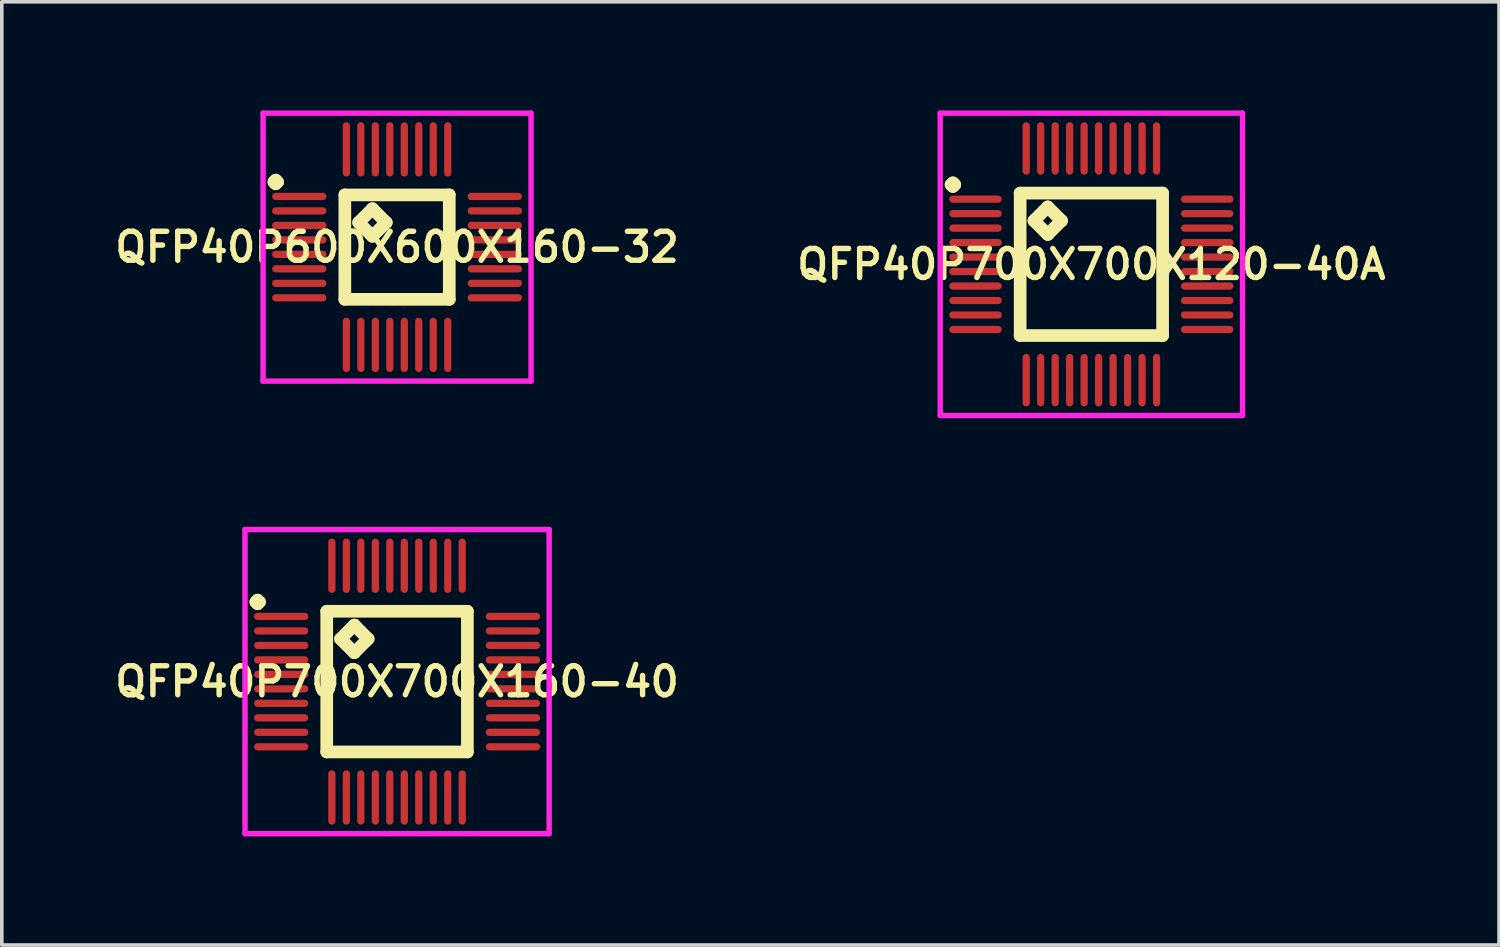
<source format=kicad_pcb>
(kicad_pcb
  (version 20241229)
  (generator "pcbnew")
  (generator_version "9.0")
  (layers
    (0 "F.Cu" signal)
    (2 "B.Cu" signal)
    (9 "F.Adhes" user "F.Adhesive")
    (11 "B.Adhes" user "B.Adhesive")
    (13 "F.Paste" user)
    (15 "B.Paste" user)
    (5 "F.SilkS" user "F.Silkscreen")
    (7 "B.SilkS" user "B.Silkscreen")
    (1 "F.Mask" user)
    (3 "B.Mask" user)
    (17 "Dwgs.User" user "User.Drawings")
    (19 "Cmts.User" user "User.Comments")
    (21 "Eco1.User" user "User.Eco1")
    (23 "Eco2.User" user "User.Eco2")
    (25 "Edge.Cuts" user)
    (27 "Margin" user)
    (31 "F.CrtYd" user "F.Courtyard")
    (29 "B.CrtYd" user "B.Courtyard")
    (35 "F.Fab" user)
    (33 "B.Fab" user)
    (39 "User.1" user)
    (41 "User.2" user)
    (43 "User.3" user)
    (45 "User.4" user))
  (footprint "QFP40P700X700X160-40"
    (layer "F.Cu")
    (at 7.916 15.775)
    (property "Reference" "QFP40P700X700X160-40" (at 0 0 0) (layer "F.SilkS") (effects (font (size 0.8 0.8) (thickness 0.15))))
    (attr smd)
    (fp_line (start -3.9 -2.2) (end -3.85 -2.25) (stroke (width 0.35) (type solid)) (layer "F.SilkS"))
    (fp_line (start -3.85 -2.25) (end -3.8 -2.2) (stroke (width 0.35) (type solid)) (layer "F.SilkS"))
    (fp_line (start -3.85 -2.15) (end -3.9 -2.2) (stroke (width 0.35) (type solid)) (layer "F.SilkS"))
    (fp_line (start -3.8 -2.2) (end -3.85 -2.15) (stroke (width 0.35) (type solid)) (layer "F.SilkS"))
    (fp_line (start -1.942 -1.942) (end -1.942 1.942) (stroke (width 0.35) (type solid)) (layer "F.SilkS"))
    (fp_line (start -1.942 1.942) (end 1.942 1.942) (stroke (width 0.35) (type solid)) (layer "F.SilkS"))
    (fp_line (start -1.561 -1.18) (end -1.18 -1.561) (stroke (width 0.35) (type solid)) (layer "F.SilkS"))
    (fp_line (start -1.18 -1.561) (end -0.799 -1.18) (stroke (width 0.35) (type solid)) (layer "F.SilkS"))
    (fp_line (start -1.18 -0.799) (end -1.561 -1.18) (stroke (width 0.35) (type solid)) (layer "F.SilkS"))
    (fp_line (start -0.799 -1.18) (end -1.18 -0.799) (stroke (width 0.35) (type solid)) (layer "F.SilkS"))
    (fp_line (start 1.942 -1.942) (end -1.942 -1.942) (stroke (width 0.35) (type solid)) (layer "F.SilkS"))
    (fp_line (start 1.942 1.942) (end 1.942 -1.942) (stroke (width 0.35) (type solid)) (layer "F.SilkS"))
    (fp_line (start -4.2 -4.2) (end 4.2 -4.2) (stroke (width 0.15) (type solid)) (layer "F.CrtYd"))
    (fp_line (start -4.2 4.2) (end -4.2 -4.2) (stroke (width 0.15) (type solid)) (layer "F.CrtYd"))
    (fp_line (start 4.2 -4.2) (end 4.2 4.2) (stroke (width 0.15) (type solid)) (layer "F.CrtYd"))
    (fp_line (start 4.2 4.2) (end -4.2 4.2) (stroke (width 0.15) (type solid)) (layer "F.CrtYd"))
    (pad "1" smd oval (at -3.2 -1.8) (size 1.5 0.2) (layers "F.Cu" "F.Mask" "F.Paste"))
    (pad "2" smd oval (at -3.2 -1.4) (size 1.5 0.2) (layers "F.Cu" "F.Mask" "F.Paste"))
    (pad "3" smd oval (at -3.2 -1) (size 1.5 0.2) (layers "F.Cu" "F.Mask" "F.Paste"))
    (pad "4" smd oval (at -3.2 -0.6) (size 1.5 0.2) (layers "F.Cu" "F.Mask" "F.Paste"))
    (pad "5" smd oval (at -3.2 -0.2) (size 1.5 0.2) (layers "F.Cu" "F.Mask" "F.Paste"))
    (pad "6" smd oval (at -3.2 0.2) (size 1.5 0.2) (layers "F.Cu" "F.Mask" "F.Paste"))
    (pad "7" smd oval (at -3.2 0.6) (size 1.5 0.2) (layers "F.Cu" "F.Mask" "F.Paste"))
    (pad "8" smd oval (at -3.2 1) (size 1.5 0.2) (layers "F.Cu" "F.Mask" "F.Paste"))
    (pad "9" smd oval (at -3.2 1.4) (size 1.5 0.2) (layers "F.Cu" "F.Mask" "F.Paste"))
    (pad "10" smd oval (at -3.2 1.8) (size 1.5 0.2) (layers "F.Cu" "F.Mask" "F.Paste"))
    (pad "11" smd oval (at -1.8 3.2) (size 0.2 1.5) (layers "F.Cu" "F.Mask" "F.Paste"))
    (pad "12" smd oval (at -1.4 3.2) (size 0.2 1.5) (layers "F.Cu" "F.Mask" "F.Paste"))
    (pad "13" smd oval (at -1 3.2) (size 0.2 1.5) (layers "F.Cu" "F.Mask" "F.Paste"))
    (pad "14" smd oval (at -0.6 3.2) (size 0.2 1.5) (layers "F.Cu" "F.Mask" "F.Paste"))
    (pad "15" smd oval (at -0.2 3.2) (size 0.2 1.5) (layers "F.Cu" "F.Mask" "F.Paste"))
    (pad "16" smd oval (at 0.2 3.2) (size 0.2 1.5) (layers "F.Cu" "F.Mask" "F.Paste"))
    (pad "17" smd oval (at 0.6 3.2) (size 0.2 1.5) (layers "F.Cu" "F.Mask" "F.Paste"))
    (pad "18" smd oval (at 1 3.2) (size 0.2 1.5) (layers "F.Cu" "F.Mask" "F.Paste"))
    (pad "19" smd oval (at 1.4 3.2) (size 0.2 1.5) (layers "F.Cu" "F.Mask" "F.Paste"))
    (pad "20" smd oval (at 1.8 3.2) (size 0.2 1.5) (layers "F.Cu" "F.Mask" "F.Paste"))
    (pad "21" smd oval (at 3.2 1.8) (size 1.5 0.2) (layers "F.Cu" "F.Mask" "F.Paste"))
    (pad "22" smd oval (at 3.2 1.4) (size 1.5 0.2) (layers "F.Cu" "F.Mask" "F.Paste"))
    (pad "23" smd oval (at 3.2 1) (size 1.5 0.2) (layers "F.Cu" "F.Mask" "F.Paste"))
    (pad "24" smd oval (at 3.2 0.6) (size 1.5 0.2) (layers "F.Cu" "F.Mask" "F.Paste"))
    (pad "25" smd oval (at 3.2 0.2) (size 1.5 0.2) (layers "F.Cu" "F.Mask" "F.Paste"))
    (pad "26" smd oval (at 3.2 -0.2) (size 1.5 0.2) (layers "F.Cu" "F.Mask" "F.Paste"))
    (pad "27" smd oval (at 3.2 -0.6) (size 1.5 0.2) (layers "F.Cu" "F.Mask" "F.Paste"))
    (pad "28" smd oval (at 3.2 -1) (size 1.5 0.2) (layers "F.Cu" "F.Mask" "F.Paste"))
    (pad "29" smd oval (at 3.2 -1.4) (size 1.5 0.2) (layers "F.Cu" "F.Mask" "F.Paste"))
    (pad "30" smd oval (at 3.2 -1.8) (size 1.5 0.2) (layers "F.Cu" "F.Mask" "F.Paste"))
    (pad "31" smd oval (at 1.8 -3.2) (size 0.2 1.5) (layers "F.Cu" "F.Mask" "F.Paste"))
    (pad "32" smd oval (at 1.4 -3.2) (size 0.2 1.5) (layers "F.Cu" "F.Mask" "F.Paste"))
    (pad "33" smd oval (at 1 -3.2) (size 0.2 1.5) (layers "F.Cu" "F.Mask" "F.Paste"))
    (pad "34" smd oval (at 0.6 -3.2) (size 0.2 1.5) (layers "F.Cu" "F.Mask" "F.Paste"))
    (pad "35" smd oval (at 0.2 -3.2) (size 0.2 1.5) (layers "F.Cu" "F.Mask" "F.Paste"))
    (pad "36" smd oval (at -0.2 -3.2) (size 0.2 1.5) (layers "F.Cu" "F.Mask" "F.Paste"))
    (pad "37" smd oval (at -0.6 -3.2) (size 0.2 1.5) (layers "F.Cu" "F.Mask" "F.Paste"))
    (pad "38" smd oval (at -1 -3.2) (size 0.2 1.5) (layers "F.Cu" "F.Mask" "F.Paste"))
    (pad "39" smd oval (at -1.4 -3.2) (size 0.2 1.5) (layers "F.Cu" "F.Mask" "F.Paste"))
    (pad "40" smd oval (at -1.8 -3.2) (size 0.2 1.5) (layers "F.Cu" "F.Mask" "F.Paste")))
  (footprint "QFP40P700X700X120-40A"
    (layer "F.Cu")
    (at 27.092 4.25)
    (property "Reference" "QFP40P700X700X120-40A" (at 0 0 0) (layer "F.SilkS") (effects (font (size 0.8 0.8) (thickness 0.15))))
    (attr smd)
    (fp_line (start -3.875 -2.2) (end -3.825 -2.25) (stroke (width 0.35) (type solid)) (layer "F.SilkS"))
    (fp_line (start -3.825 -2.25) (end -3.775 -2.2) (stroke (width 0.35) (type solid)) (layer "F.SilkS"))
    (fp_line (start -3.825 -2.15) (end -3.875 -2.2) (stroke (width 0.35) (type solid)) (layer "F.SilkS"))
    (fp_line (start -3.775 -2.2) (end -3.825 -2.15) (stroke (width 0.35) (type solid)) (layer "F.SilkS"))
    (fp_line (start -1.967 -1.967) (end -1.967 1.967) (stroke (width 0.35) (type solid)) (layer "F.SilkS"))
    (fp_line (start -1.967 1.967) (end 1.967 1.967) (stroke (width 0.35) (type solid)) (layer "F.SilkS"))
    (fp_line (start -1.586 -1.205) (end -1.205 -1.586) (stroke (width 0.35) (type solid)) (layer "F.SilkS"))
    (fp_line (start -1.205 -1.586) (end -0.824 -1.205) (stroke (width 0.35) (type solid)) (layer "F.SilkS"))
    (fp_line (start -1.205 -0.824) (end -1.586 -1.205) (stroke (width 0.35) (type solid)) (layer "F.SilkS"))
    (fp_line (start -0.824 -1.205) (end -1.205 -0.824) (stroke (width 0.35) (type solid)) (layer "F.SilkS"))
    (fp_line (start 1.967 -1.967) (end -1.967 -1.967) (stroke (width 0.35) (type solid)) (layer "F.SilkS"))
    (fp_line (start 1.967 1.967) (end 1.967 -1.967) (stroke (width 0.35) (type solid)) (layer "F.SilkS"))
    (fp_line (start -4.175 -4.175) (end 4.175 -4.175) (stroke (width 0.15) (type solid)) (layer "F.CrtYd"))
    (fp_line (start -4.175 4.175) (end -4.175 -4.175) (stroke (width 0.15) (type solid)) (layer "F.CrtYd"))
    (fp_line (start 4.175 -4.175) (end 4.175 4.175) (stroke (width 0.15) (type solid)) (layer "F.CrtYd"))
    (fp_line (start 4.175 4.175) (end -4.175 4.175) (stroke (width 0.15) (type solid)) (layer "F.CrtYd"))
    (pad "1" smd oval (at -3.2 -1.8) (size 1.45 0.2) (layers "F.Cu" "F.Mask" "F.Paste"))
    (pad "2" smd oval (at -3.2 -1.4) (size 1.45 0.2) (layers "F.Cu" "F.Mask" "F.Paste"))
    (pad "3" smd oval (at -3.2 -1) (size 1.45 0.2) (layers "F.Cu" "F.Mask" "F.Paste"))
    (pad "4" smd oval (at -3.2 -0.6) (size 1.45 0.2) (layers "F.Cu" "F.Mask" "F.Paste"))
    (pad "5" smd oval (at -3.2 -0.2) (size 1.45 0.2) (layers "F.Cu" "F.Mask" "F.Paste"))
    (pad "6" smd oval (at -3.2 0.2) (size 1.45 0.2) (layers "F.Cu" "F.Mask" "F.Paste"))
    (pad "7" smd oval (at -3.2 0.6) (size 1.45 0.2) (layers "F.Cu" "F.Mask" "F.Paste"))
    (pad "8" smd oval (at -3.2 1) (size 1.45 0.2) (layers "F.Cu" "F.Mask" "F.Paste"))
    (pad "9" smd oval (at -3.2 1.4) (size 1.45 0.2) (layers "F.Cu" "F.Mask" "F.Paste"))
    (pad "10" smd oval (at -3.2 1.8) (size 1.45 0.2) (layers "F.Cu" "F.Mask" "F.Paste"))
    (pad "11" smd oval (at -1.8 3.2) (size 0.2 1.45) (layers "F.Cu" "F.Mask" "F.Paste"))
    (pad "12" smd oval (at -1.4 3.2) (size 0.2 1.45) (layers "F.Cu" "F.Mask" "F.Paste"))
    (pad "13" smd oval (at -1 3.2) (size 0.2 1.45) (layers "F.Cu" "F.Mask" "F.Paste"))
    (pad "14" smd oval (at -0.6 3.2) (size 0.2 1.45) (layers "F.Cu" "F.Mask" "F.Paste"))
    (pad "15" smd oval (at -0.2 3.2) (size 0.2 1.45) (layers "F.Cu" "F.Mask" "F.Paste"))
    (pad "16" smd oval (at 0.2 3.2) (size 0.2 1.45) (layers "F.Cu" "F.Mask" "F.Paste"))
    (pad "17" smd oval (at 0.6 3.2) (size 0.2 1.45) (layers "F.Cu" "F.Mask" "F.Paste"))
    (pad "18" smd oval (at 1 3.2) (size 0.2 1.45) (layers "F.Cu" "F.Mask" "F.Paste"))
    (pad "19" smd oval (at 1.4 3.2) (size 0.2 1.45) (layers "F.Cu" "F.Mask" "F.Paste"))
    (pad "20" smd oval (at 1.8 3.2) (size 0.2 1.45) (layers "F.Cu" "F.Mask" "F.Paste"))
    (pad "21" smd oval (at 3.2 1.8) (size 1.45 0.2) (layers "F.Cu" "F.Mask" "F.Paste"))
    (pad "22" smd oval (at 3.2 1.4) (size 1.45 0.2) (layers "F.Cu" "F.Mask" "F.Paste"))
    (pad "23" smd oval (at 3.2 1) (size 1.45 0.2) (layers "F.Cu" "F.Mask" "F.Paste"))
    (pad "24" smd oval (at 3.2 0.6) (size 1.45 0.2) (layers "F.Cu" "F.Mask" "F.Paste"))
    (pad "25" smd oval (at 3.2 0.2) (size 1.45 0.2) (layers "F.Cu" "F.Mask" "F.Paste"))
    (pad "26" smd oval (at 3.2 -0.2) (size 1.45 0.2) (layers "F.Cu" "F.Mask" "F.Paste"))
    (pad "27" smd oval (at 3.2 -0.6) (size 1.45 0.2) (layers "F.Cu" "F.Mask" "F.Paste"))
    (pad "28" smd oval (at 3.2 -1) (size 1.45 0.2) (layers "F.Cu" "F.Mask" "F.Paste"))
    (pad "29" smd oval (at 3.2 -1.4) (size 1.45 0.2) (layers "F.Cu" "F.Mask" "F.Paste"))
    (pad "30" smd oval (at 3.2 -1.8) (size 1.45 0.2) (layers "F.Cu" "F.Mask" "F.Paste"))
    (pad "31" smd oval (at 1.8 -3.2) (size 0.2 1.45) (layers "F.Cu" "F.Mask" "F.Paste"))
    (pad "32" smd oval (at 1.4 -3.2) (size 0.2 1.45) (layers "F.Cu" "F.Mask" "F.Paste"))
    (pad "33" smd oval (at 1 -3.2) (size 0.2 1.45) (layers "F.Cu" "F.Mask" "F.Paste"))
    (pad "34" smd oval (at 0.6 -3.2) (size 0.2 1.45) (layers "F.Cu" "F.Mask" "F.Paste"))
    (pad "35" smd oval (at 0.2 -3.2) (size 0.2 1.45) (layers "F.Cu" "F.Mask" "F.Paste"))
    (pad "36" smd oval (at -0.2 -3.2) (size 0.2 1.45) (layers "F.Cu" "F.Mask" "F.Paste"))
    (pad "37" smd oval (at -0.6 -3.2) (size 0.2 1.45) (layers "F.Cu" "F.Mask" "F.Paste"))
    (pad "38" smd oval (at -1 -3.2) (size 0.2 1.45) (layers "F.Cu" "F.Mask" "F.Paste"))
    (pad "39" smd oval (at -1.4 -3.2) (size 0.2 1.45) (layers "F.Cu" "F.Mask" "F.Paste"))
    (pad "40" smd oval (at -1.8 -3.2) (size 0.2 1.45) (layers "F.Cu" "F.Mask" "F.Paste")))
  (footprint "QFP40P600X600X160-32"
    (layer "F.Cu")
    (at 7.916 3.775)
    (property "Reference" "QFP40P600X600X160-32" (at 0 0 0) (layer "F.SilkS") (effects (font (size 0.8 0.8) (thickness 0.15))))
    (attr smd)
    (fp_line (start -3.4 -1.8) (end -3.35 -1.85) (stroke (width 0.35) (type solid)) (layer "F.SilkS"))
    (fp_line (start -3.35 -1.85) (end -3.3 -1.8) (stroke (width 0.35) (type solid)) (layer "F.SilkS"))
    (fp_line (start -3.35 -1.75) (end -3.4 -1.8) (stroke (width 0.35) (type solid)) (layer "F.SilkS"))
    (fp_line (start -3.3 -1.8) (end -3.35 -1.75) (stroke (width 0.35) (type solid)) (layer "F.SilkS"))
    (fp_line (start -1.442 -1.442) (end -1.442 1.442) (stroke (width 0.35) (type solid)) (layer "F.SilkS"))
    (fp_line (start -1.442 1.442) (end 1.442 1.442) (stroke (width 0.35) (type solid)) (layer "F.SilkS"))
    (fp_line (start -1.061 -0.68) (end -0.68 -1.061) (stroke (width 0.35) (type solid)) (layer "F.SilkS"))
    (fp_line (start -0.68 -1.061) (end -0.299 -0.68) (stroke (width 0.35) (type solid)) (layer "F.SilkS"))
    (fp_line (start -0.68 -0.299) (end -1.061 -0.68) (stroke (width 0.35) (type solid)) (layer "F.SilkS"))
    (fp_line (start -0.299 -0.68) (end -0.68 -0.299) (stroke (width 0.35) (type solid)) (layer "F.SilkS"))
    (fp_line (start 1.442 -1.442) (end -1.442 -1.442) (stroke (width 0.35) (type solid)) (layer "F.SilkS"))
    (fp_line (start 1.442 1.442) (end 1.442 -1.442) (stroke (width 0.35) (type solid)) (layer "F.SilkS"))
    (fp_line (start -3.7 -3.7) (end 3.7 -3.7) (stroke (width 0.15) (type solid)) (layer "F.CrtYd"))
    (fp_line (start -3.7 3.7) (end -3.7 -3.7) (stroke (width 0.15) (type solid)) (layer "F.CrtYd"))
    (fp_line (start 3.7 -3.7) (end 3.7 3.7) (stroke (width 0.15) (type solid)) (layer "F.CrtYd"))
    (fp_line (start 3.7 3.7) (end -3.7 3.7) (stroke (width 0.15) (type solid)) (layer "F.CrtYd"))
    (pad "1" smd oval (at -2.7 -1.4) (size 1.5 0.2) (layers "F.Cu" "F.Mask" "F.Paste"))
    (pad "2" smd oval (at -2.7 -1) (size 1.5 0.2) (layers "F.Cu" "F.Mask" "F.Paste"))
    (pad "3" smd oval (at -2.7 -0.6) (size 1.5 0.2) (layers "F.Cu" "F.Mask" "F.Paste"))
    (pad "4" smd oval (at -2.7 -0.2) (size 1.5 0.2) (layers "F.Cu" "F.Mask" "F.Paste"))
    (pad "5" smd oval (at -2.7 0.2) (size 1.5 0.2) (layers "F.Cu" "F.Mask" "F.Paste"))
    (pad "6" smd oval (at -2.7 0.6) (size 1.5 0.2) (layers "F.Cu" "F.Mask" "F.Paste"))
    (pad "7" smd oval (at -2.7 1) (size 1.5 0.2) (layers "F.Cu" "F.Mask" "F.Paste"))
    (pad "8" smd oval (at -2.7 1.4) (size 1.5 0.2) (layers "F.Cu" "F.Mask" "F.Paste"))
    (pad "9" smd oval (at -1.4 2.7) (size 0.2 1.5) (layers "F.Cu" "F.Mask" "F.Paste"))
    (pad "10" smd oval (at -1 2.7) (size 0.2 1.5) (layers "F.Cu" "F.Mask" "F.Paste"))
    (pad "11" smd oval (at -0.6 2.7) (size 0.2 1.5) (layers "F.Cu" "F.Mask" "F.Paste"))
    (pad "12" smd oval (at -0.2 2.7) (size 0.2 1.5) (layers "F.Cu" "F.Mask" "F.Paste"))
    (pad "13" smd oval (at 0.2 2.7) (size 0.2 1.5) (layers "F.Cu" "F.Mask" "F.Paste"))
    (pad "14" smd oval (at 0.6 2.7) (size 0.2 1.5) (layers "F.Cu" "F.Mask" "F.Paste"))
    (pad "15" smd oval (at 1 2.7) (size 0.2 1.5) (layers "F.Cu" "F.Mask" "F.Paste"))
    (pad "16" smd oval (at 1.4 2.7) (size 0.2 1.5) (layers "F.Cu" "F.Mask" "F.Paste"))
    (pad "17" smd oval (at 2.7 1.4) (size 1.5 0.2) (layers "F.Cu" "F.Mask" "F.Paste"))
    (pad "18" smd oval (at 2.7 1) (size 1.5 0.2) (layers "F.Cu" "F.Mask" "F.Paste"))
    (pad "19" smd oval (at 2.7 0.6) (size 1.5 0.2) (layers "F.Cu" "F.Mask" "F.Paste"))
    (pad "20" smd oval (at 2.7 0.2) (size 1.5 0.2) (layers "F.Cu" "F.Mask" "F.Paste"))
    (pad "21" smd oval (at 2.7 -0.2) (size 1.5 0.2) (layers "F.Cu" "F.Mask" "F.Paste"))
    (pad "22" smd oval (at 2.7 -0.6) (size 1.5 0.2) (layers "F.Cu" "F.Mask" "F.Paste"))
    (pad "23" smd oval (at 2.7 -1) (size 1.5 0.2) (layers "F.Cu" "F.Mask" "F.Paste"))
    (pad "24" smd oval (at 2.7 -1.4) (size 1.5 0.2) (layers "F.Cu" "F.Mask" "F.Paste"))
    (pad "25" smd oval (at 1.4 -2.7) (size 0.2 1.5) (layers "F.Cu" "F.Mask" "F.Paste"))
    (pad "26" smd oval (at 1 -2.7) (size 0.2 1.5) (layers "F.Cu" "F.Mask" "F.Paste"))
    (pad "27" smd oval (at 0.6 -2.7) (size 0.2 1.5) (layers "F.Cu" "F.Mask" "F.Paste"))
    (pad "28" smd oval (at 0.2 -2.7) (size 0.2 1.5) (layers "F.Cu" "F.Mask" "F.Paste"))
    (pad "29" smd oval (at -0.2 -2.7) (size 0.2 1.5) (layers "F.Cu" "F.Mask" "F.Paste"))
    (pad "30" smd oval (at -0.6 -2.7) (size 0.2 1.5) (layers "F.Cu" "F.Mask" "F.Paste"))
    (pad "31" smd oval (at -1 -2.7) (size 0.2 1.5) (layers "F.Cu" "F.Mask" "F.Paste"))
    (pad "32" smd oval (at -1.4 -2.7) (size 0.2 1.5) (layers "F.Cu" "F.Mask" "F.Paste")))
  (gr_rect
    (start -3 -3)
    (end 38.351 23.05)
    (stroke (width 0.1) (type default))
    (fill no)
    (layer "Edge.Cuts")))
</source>
